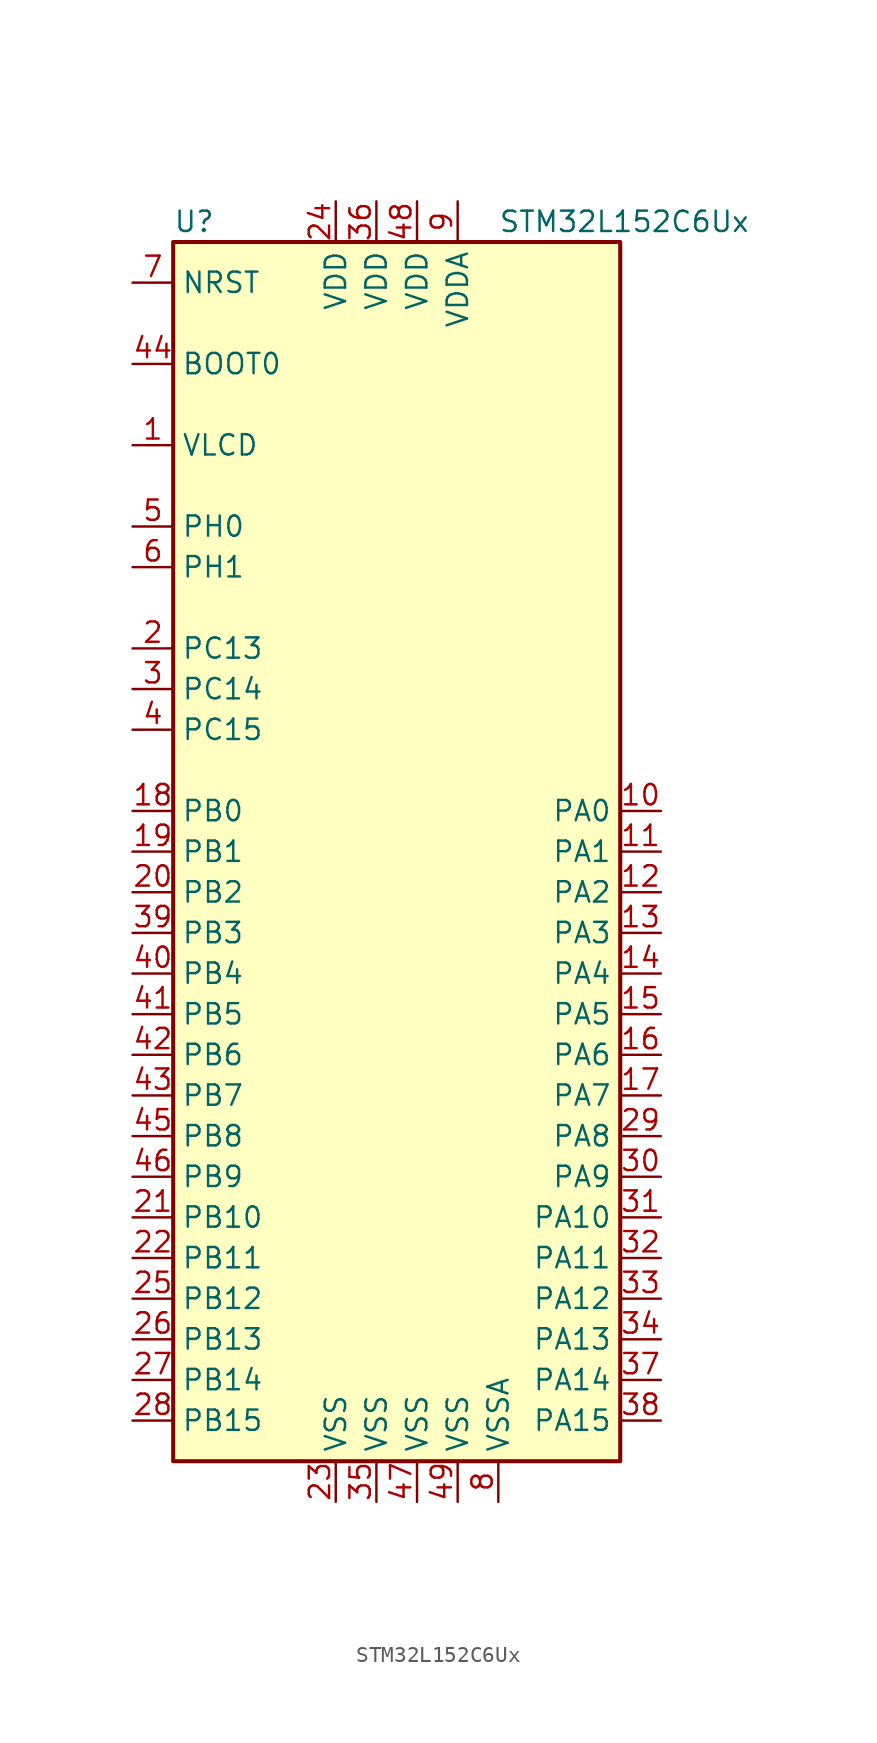
<source format=kicad_sym>
(kicad_symbol_lib
  (version 20201005)
  (generator kicad_symbol_editor)
  (symbol "MCU_ST_STM32L1:STM32L152C6Ux"
    (property "Reference" "U"
      (at -15.24 39.37 0)
      (effects (font (size 1.27 1.27)) (justify left)))
    (property "Value" "STM32L152C6Ux"
      (at 5.08 39.37 0)
      (effects (font (size 1.27 1.27)) (justify left)))
    (symbol "STM32L152C6Ux_0_1"
      (rectangle (start -15.24 -38.1) (end 12.7 38.1) (stroke (width 0.254)) (fill (type background))))
    (symbol "STM32L152C6Ux_1_1"
      (pin input line (at -17.78 30.48 0) (length 2.54) (name "BOOT0" (effects (font (size 1.27 1.27)))) (number "44" (effects (font (size 1.27 1.27)))))
      (pin input line (at -17.78 35.56 0) (length 2.54) (name "NRST" (effects (font (size 1.27 1.27)))) (number "7" (effects (font (size 1.27 1.27)))))
      (pin bidirectional line (at 15.24 2.54 180) (length 2.54) (name "PA0" (effects (font (size 1.27 1.27)))) (number "10" (effects (font (size 1.27 1.27)))))
      (pin bidirectional line (at 15.24 0 180) (length 2.54) (name "PA1" (effects (font (size 1.27 1.27)))) (number "11" (effects (font (size 1.27 1.27)))))
      (pin bidirectional line (at 15.24 -22.86 180) (length 2.54) (name "PA10" (effects (font (size 1.27 1.27)))) (number "31" (effects (font (size 1.27 1.27)))))
      (pin bidirectional line (at 15.24 -25.4 180) (length 2.54) (name "PA11" (effects (font (size 1.27 1.27)))) (number "32" (effects (font (size 1.27 1.27)))))
      (pin bidirectional line (at 15.24 -27.94 180) (length 2.54) (name "PA12" (effects (font (size 1.27 1.27)))) (number "33" (effects (font (size 1.27 1.27)))))
      (pin bidirectional line (at 15.24 -30.48 180) (length 2.54) (name "PA13" (effects (font (size 1.27 1.27)))) (number "34" (effects (font (size 1.27 1.27)))))
      (pin bidirectional line (at 15.24 -33.02 180) (length 2.54) (name "PA14" (effects (font (size 1.27 1.27)))) (number "37" (effects (font (size 1.27 1.27)))))
      (pin bidirectional line (at 15.24 -35.56 180) (length 2.54) (name "PA15" (effects (font (size 1.27 1.27)))) (number "38" (effects (font (size 1.27 1.27)))))
      (pin bidirectional line (at 15.24 -2.54 180) (length 2.54) (name "PA2" (effects (font (size 1.27 1.27)))) (number "12" (effects (font (size 1.27 1.27)))))
      (pin bidirectional line (at 15.24 -5.08 180) (length 2.54) (name "PA3" (effects (font (size 1.27 1.27)))) (number "13" (effects (font (size 1.27 1.27)))))
      (pin bidirectional line (at 15.24 -7.62 180) (length 2.54) (name "PA4" (effects (font (size 1.27 1.27)))) (number "14" (effects (font (size 1.27 1.27)))))
      (pin bidirectional line (at 15.24 -10.16 180) (length 2.54) (name "PA5" (effects (font (size 1.27 1.27)))) (number "15" (effects (font (size 1.27 1.27)))))
      (pin bidirectional line (at 15.24 -12.7 180) (length 2.54) (name "PA6" (effects (font (size 1.27 1.27)))) (number "16" (effects (font (size 1.27 1.27)))))
      (pin bidirectional line (at 15.24 -15.24 180) (length 2.54) (name "PA7" (effects (font (size 1.27 1.27)))) (number "17" (effects (font (size 1.27 1.27)))))
      (pin bidirectional line (at 15.24 -17.78 180) (length 2.54) (name "PA8" (effects (font (size 1.27 1.27)))) (number "29" (effects (font (size 1.27 1.27)))))
      (pin bidirectional line (at 15.24 -20.32 180) (length 2.54) (name "PA9" (effects (font (size 1.27 1.27)))) (number "30" (effects (font (size 1.27 1.27)))))
      (pin bidirectional line (at -17.78 2.54 0) (length 2.54) (name "PB0" (effects (font (size 1.27 1.27)))) (number "18" (effects (font (size 1.27 1.27)))))
      (pin bidirectional line (at -17.78 0 0) (length 2.54) (name "PB1" (effects (font (size 1.27 1.27)))) (number "19" (effects (font (size 1.27 1.27)))))
      (pin bidirectional line (at -17.78 -22.86 0) (length 2.54) (name "PB10" (effects (font (size 1.27 1.27)))) (number "21" (effects (font (size 1.27 1.27)))))
      (pin bidirectional line (at -17.78 -25.4 0) (length 2.54) (name "PB11" (effects (font (size 1.27 1.27)))) (number "22" (effects (font (size 1.27 1.27)))))
      (pin bidirectional line (at -17.78 -27.94 0) (length 2.54) (name "PB12" (effects (font (size 1.27 1.27)))) (number "25" (effects (font (size 1.27 1.27)))))
      (pin bidirectional line (at -17.78 -30.48 0) (length 2.54) (name "PB13" (effects (font (size 1.27 1.27)))) (number "26" (effects (font (size 1.27 1.27)))))
      (pin bidirectional line (at -17.78 -33.02 0) (length 2.54) (name "PB14" (effects (font (size 1.27 1.27)))) (number "27" (effects (font (size 1.27 1.27)))))
      (pin bidirectional line (at -17.78 -35.56 0) (length 2.54) (name "PB15" (effects (font (size 1.27 1.27)))) (number "28" (effects (font (size 1.27 1.27)))))
      (pin bidirectional line (at -17.78 -2.54 0) (length 2.54) (name "PB2" (effects (font (size 1.27 1.27)))) (number "20" (effects (font (size 1.27 1.27)))))
      (pin bidirectional line (at -17.78 -5.08 0) (length 2.54) (name "PB3" (effects (font (size 1.27 1.27)))) (number "39" (effects (font (size 1.27 1.27)))))
      (pin bidirectional line (at -17.78 -7.62 0) (length 2.54) (name "PB4" (effects (font (size 1.27 1.27)))) (number "40" (effects (font (size 1.27 1.27)))))
      (pin bidirectional line (at -17.78 -10.16 0) (length 2.54) (name "PB5" (effects (font (size 1.27 1.27)))) (number "41" (effects (font (size 1.27 1.27)))))
      (pin bidirectional line (at -17.78 -12.7 0) (length 2.54) (name "PB6" (effects (font (size 1.27 1.27)))) (number "42" (effects (font (size 1.27 1.27)))))
      (pin bidirectional line (at -17.78 -15.24 0) (length 2.54) (name "PB7" (effects (font (size 1.27 1.27)))) (number "43" (effects (font (size 1.27 1.27)))))
      (pin bidirectional line (at -17.78 -17.78 0) (length 2.54) (name "PB8" (effects (font (size 1.27 1.27)))) (number "45" (effects (font (size 1.27 1.27)))))
      (pin bidirectional line (at -17.78 -20.32 0) (length 2.54) (name "PB9" (effects (font (size 1.27 1.27)))) (number "46" (effects (font (size 1.27 1.27)))))
      (pin bidirectional line (at -17.78 12.7 0) (length 2.54) (name "PC13" (effects (font (size 1.27 1.27)))) (number "2" (effects (font (size 1.27 1.27)))))
      (pin bidirectional line (at -17.78 10.16 0) (length 2.54) (name "PC14" (effects (font (size 1.27 1.27)))) (number "3" (effects (font (size 1.27 1.27)))))
      (pin bidirectional line (at -17.78 7.62 0) (length 2.54) (name "PC15" (effects (font (size 1.27 1.27)))) (number "4" (effects (font (size 1.27 1.27)))))
      (pin input line (at -17.78 20.32 0) (length 2.54) (name "PH0" (effects (font (size 1.27 1.27)))) (number "5" (effects (font (size 1.27 1.27)))))
      (pin input line (at -17.78 17.78 0) (length 2.54) (name "PH1" (effects (font (size 1.27 1.27)))) (number "6" (effects (font (size 1.27 1.27)))))
      (pin power_in line (at -5.08 40.64 270) (length 2.54) (name "VDD" (effects (font (size 1.27 1.27)))) (number "24" (effects (font (size 1.27 1.27)))))
      (pin power_in line (at -2.54 40.64 270) (length 2.54) (name "VDD" (effects (font (size 1.27 1.27)))) (number "36" (effects (font (size 1.27 1.27)))))
      (pin power_in line (at 0 40.64 270) (length 2.54) (name "VDD" (effects (font (size 1.27 1.27)))) (number "48" (effects (font (size 1.27 1.27)))))
      (pin power_in line (at 2.54 40.64 270) (length 2.54) (name "VDDA" (effects (font (size 1.27 1.27)))) (number "9" (effects (font (size 1.27 1.27)))))
      (pin power_in line (at -17.78 25.4 0) (length 2.54) (name "VLCD" (effects (font (size 1.27 1.27)))) (number "1" (effects (font (size 1.27 1.27)))))
      (pin power_in line (at -5.08 -40.64 90) (length 2.54) (name "VSS" (effects (font (size 1.27 1.27)))) (number "23" (effects (font (size 1.27 1.27)))))
      (pin power_in line (at -2.54 -40.64 90) (length 2.54) (name "VSS" (effects (font (size 1.27 1.27)))) (number "35" (effects (font (size 1.27 1.27)))))
      (pin power_in line (at 0 -40.64 90) (length 2.54) (name "VSS" (effects (font (size 1.27 1.27)))) (number "47" (effects (font (size 1.27 1.27)))))
      (pin power_in line (at 2.54 -40.64 90) (length 2.54) (name "VSS" (effects (font (size 1.27 1.27)))) (number "49" (effects (font (size 1.27 1.27)))))
      (pin power_in line (at 5.08 -40.64 90) (length 2.54) (name "VSSA" (effects (font (size 1.27 1.27)))) (number "8" (effects (font (size 1.27 1.27))))))))
</source>
